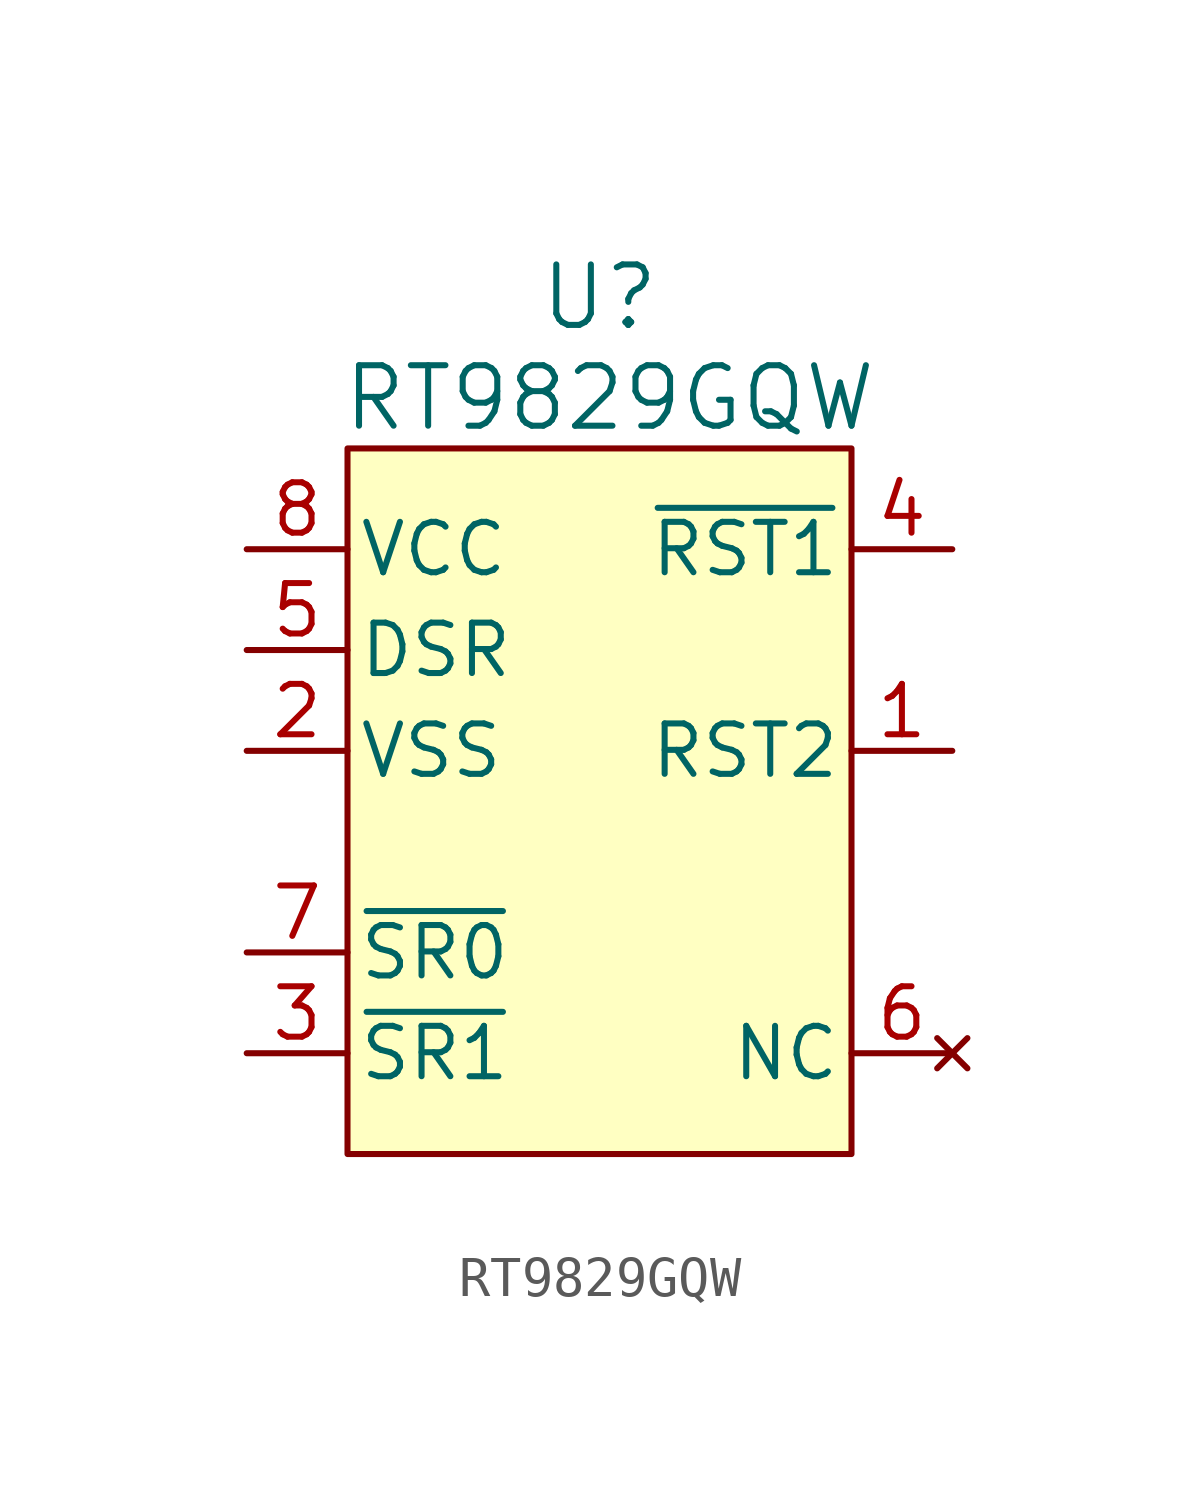
<source format=kicad_sym>
(kicad_symbol_lib
  (version 20241209)
  (generator "kicad_symbol_editor")
  (generator_version "9.0")
  (symbol "RT9829GQW"
    (pin_names
      (offset 0.254))
    (property "Reference" "U"
      (at 0 12.7 0)
      (effects (font (size 1.524 1.524))))
    (property "Value" "RT9829GQW"
      (at 0.254 10.16 0)
      (effects (font (size 1.524 1.524))))
    (symbol "RT9829GQW_1_1"
      (rectangle (start -6.35 8.89) (end 6.35 -8.89) (stroke (width 0) (type solid)) (fill (type background)))
      (pin power_in line (at -8.89 6.35 0) (length 2.54) (name "VCC" (effects (font (size 1.27 1.27)))) (number "8" (effects (font (size 1.27 1.27)))))
      (pin input line (at -8.89 3.81 0) (length 2.54) (name "DSR" (effects (font (size 1.27 1.27)))) (number "5" (effects (font (size 1.27 1.27)))))
      (pin power_in line (at -8.89 1.27 0) (length 2.54) (name "VSS" (effects (font (size 1.27 1.27)))) (number "2" (effects (font (size 1.27 1.27)))))
      (pin input line (at -8.89 -3.81 0) (length 2.54) (name "~{SR0}" (effects (font (size 1.27 1.27)))) (number "7" (effects (font (size 1.27 1.27)))))
      (pin input line (at -8.89 -6.35 0) (length 2.54) (name "~{SR1}" (effects (font (size 1.27 1.27)))) (number "3" (effects (font (size 1.27 1.27)))))
      (pin open_collector line (at 8.89 6.35 180) (length 2.54) (name "~{RST1}" (effects (font (size 1.27 1.27)))) (number "4" (effects (font (size 1.27 1.27)))))
      (pin output line (at 8.89 1.27 180) (length 2.54) (name "RST2" (effects (font (size 1.27 1.27)))) (number "1" (effects (font (size 1.27 1.27)))))
      (pin no_connect line (at 8.89 -6.35 180) (length 2.54) (name "NC" (effects (font (size 1.27 1.27)))) (number "6" (effects (font (size 1.27 1.27))))))))
</source>
